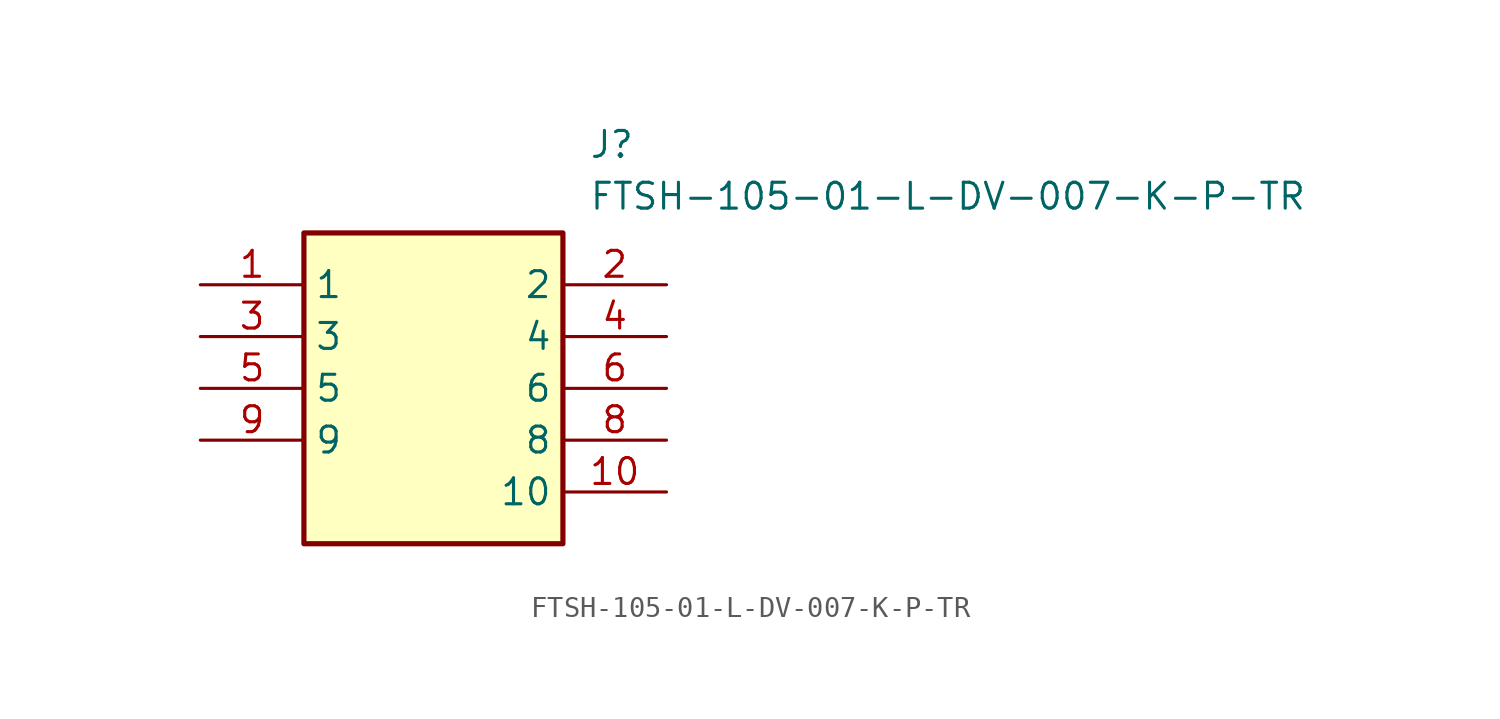
<source format=kicad_sym>
(kicad_symbol_lib
  (version 20211014)
  (generator SamacSys_ECAD_Model)
  (symbol "FTSH-105-01-L-DV-007-K-P-TR"
    (property "Reference" "J"
      (at 19.05 7.62 0)
      (effects (font (size 1.27 1.27)) (justify left top)))
    (property "Value" "FTSH-105-01-L-DV-007-K-P-TR"
      (at 19.05 5.08 0)
      (effects (font (size 1.27 1.27)) (justify left top)))
    (rectangle
      (start 5.08 2.54)
      (end 17.78 -12.7)
      (stroke (width 0.254) (type default))
      (fill (type background)))
    (pin passive line
      (at 0 0 0)
      (length 5.08)
      (name "1" (effects (font (size 1.27 1.27))))
      (number "1" (effects (font (size 1.27 1.27)))))
    (pin passive line
      (at 22.86 0 180)
      (length 5.08)
      (name "2" (effects (font (size 1.27 1.27))))
      (number "2" (effects (font (size 1.27 1.27)))))
    (pin passive line
      (at 0 -2.54 0)
      (length 5.08)
      (name "3" (effects (font (size 1.27 1.27))))
      (number "3" (effects (font (size 1.27 1.27)))))
    (pin passive line
      (at 22.86 -2.54 180)
      (length 5.08)
      (name "4" (effects (font (size 1.27 1.27))))
      (number "4" (effects (font (size 1.27 1.27)))))
    (pin passive line
      (at 0 -5.08 0)
      (length 5.08)
      (name "5" (effects (font (size 1.27 1.27))))
      (number "5" (effects (font (size 1.27 1.27)))))
    (pin passive line
      (at 22.86 -5.08 180)
      (length 5.08)
      (name "6" (effects (font (size 1.27 1.27))))
      (number "6" (effects (font (size 1.27 1.27)))))
    (pin passive line
      (at 22.86 -7.62 180)
      (length 5.08)
      (name "8" (effects (font (size 1.27 1.27))))
      (number "8" (effects (font (size 1.27 1.27)))))
    (pin passive line
      (at 0 -7.62 0)
      (length 5.08)
      (name "9" (effects (font (size 1.27 1.27))))
      (number "9" (effects (font (size 1.27 1.27)))))
    (pin passive line
      (at 22.86 -10.16 180)
      (length 5.08)
      (name "10" (effects (font (size 1.27 1.27))))
      (number "10" (effects (font (size 1.27 1.27)))))))
</source>
